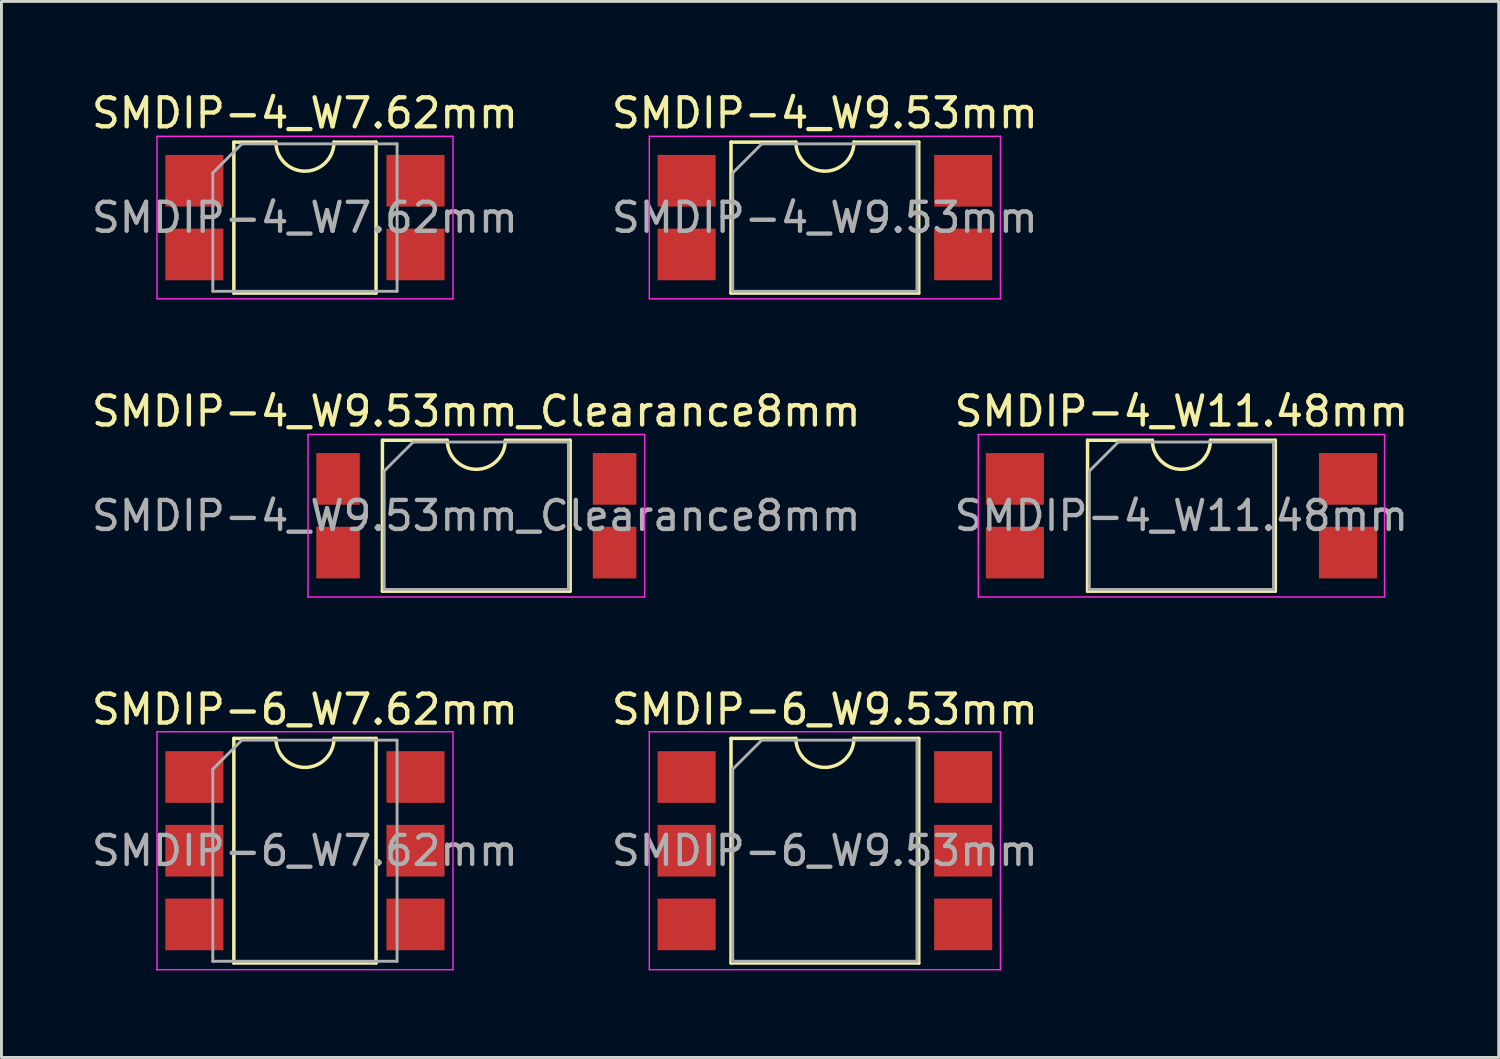
<source format=kicad_pcb>
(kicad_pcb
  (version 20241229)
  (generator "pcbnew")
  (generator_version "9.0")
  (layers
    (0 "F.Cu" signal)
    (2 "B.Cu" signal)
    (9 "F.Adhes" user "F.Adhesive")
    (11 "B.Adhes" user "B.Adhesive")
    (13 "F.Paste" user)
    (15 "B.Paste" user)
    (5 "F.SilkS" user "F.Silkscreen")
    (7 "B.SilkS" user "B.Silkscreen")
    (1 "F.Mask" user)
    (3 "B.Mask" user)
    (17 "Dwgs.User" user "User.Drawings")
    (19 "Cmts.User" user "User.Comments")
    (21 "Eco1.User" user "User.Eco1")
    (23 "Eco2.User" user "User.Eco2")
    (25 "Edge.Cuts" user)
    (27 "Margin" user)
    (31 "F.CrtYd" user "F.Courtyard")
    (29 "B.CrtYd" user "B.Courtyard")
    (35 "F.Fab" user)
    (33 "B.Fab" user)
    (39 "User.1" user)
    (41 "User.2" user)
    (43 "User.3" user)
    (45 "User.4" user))
  (footprint "SMDIP-4_W11.48mm"
    (layer "F.Cu")
    (at 37.661 14.722)
    (property "Reference" "SMDIP-4_W11.48mm" (at 0 -3.6 0) (layer "F.SilkS") (effects (font (size 1 1) (thickness 0.15))))
    (attr smd)
    (fp_line (start -3.235 -2.6) (end -3.235 2.6) (stroke (width 0.12) (type solid)) (layer "F.SilkS"))
    (fp_line (start -3.235 2.6) (end 3.235 2.6) (stroke (width 0.12) (type solid)) (layer "F.SilkS"))
    (fp_line (start -1 -2.6) (end -3.235 -2.6) (stroke (width 0.12) (type solid)) (layer "F.SilkS"))
    (fp_line (start 3.235 -2.6) (end 1 -2.6) (stroke (width 0.12) (type solid)) (layer "F.SilkS"))
    (fp_line (start 3.235 2.6) (end 3.235 -2.6) (stroke (width 0.12) (type solid)) (layer "F.SilkS"))
    (fp_arc (start 1 -2.6) (mid 0 -1.6) (end -1 -2.6) (stroke (width 0.12) (type solid)) (layer "F.SilkS"))
    (fp_line (start -7 -2.8) (end -7 2.8) (stroke (width 0.05) (type solid)) (layer "F.CrtYd"))
    (fp_line (start -7 2.8) (end 7 2.8) (stroke (width 0.05) (type solid)) (layer "F.CrtYd"))
    (fp_line (start 7 -2.8) (end -7 -2.8) (stroke (width 0.05) (type solid)) (layer "F.CrtYd"))
    (fp_line (start 7 2.8) (end 7 -2.8) (stroke (width 0.05) (type solid)) (layer "F.CrtYd"))
    (fp_line (start -3.175 -1.54) (end -2.175 -2.54) (stroke (width 0.1) (type solid)) (layer "F.Fab"))
    (fp_line (start -3.175 2.54) (end -3.175 -1.54) (stroke (width 0.1) (type solid)) (layer "F.Fab"))
    (fp_line (start -2.175 -2.54) (end 3.175 -2.54) (stroke (width 0.1) (type solid)) (layer "F.Fab"))
    (fp_line (start 3.175 -2.54) (end 3.175 2.54) (stroke (width 0.1) (type solid)) (layer "F.Fab"))
    (fp_line (start 3.175 2.54) (end -3.175 2.54) (stroke (width 0.1) (type solid)) (layer "F.Fab"))
    (fp_text user "${REFERENCE}" (at 0 0 0) (layer "F.Fab") (effects (font (size 1 1) (thickness 0.15))))
    (pad "1" smd rect (at -5.74 -1.27) (size 2 1.78) (layers "F.Cu" "F.Mask" "F.Paste"))
    (pad "2" smd rect (at -5.74 1.27) (size 2 1.78) (layers "F.Cu" "F.Mask" "F.Paste"))
    (pad "3" smd rect (at 5.74 1.27) (size 2 1.78) (layers "F.Cu" "F.Mask" "F.Paste"))
    (pad "4" smd rect (at 5.74 -1.27) (size 2 1.78) (layers "F.Cu" "F.Mask" "F.Paste")))
  (footprint "SMDIP-4_W7.62mm"
    (layer "F.Cu")
    (at 7.458 4.448)
    (property "Reference" "SMDIP-4_W7.62mm" (at 0 -3.6 0) (layer "F.SilkS") (effects (font (size 1 1) (thickness 0.15))))
    (attr smd)
    (fp_line (start -2.45 -2.6) (end -2.45 2.6) (stroke (width 0.12) (type solid)) (layer "F.SilkS"))
    (fp_line (start -2.45 2.6) (end 2.45 2.6) (stroke (width 0.12) (type solid)) (layer "F.SilkS"))
    (fp_line (start -1 -2.6) (end -2.45 -2.6) (stroke (width 0.12) (type solid)) (layer "F.SilkS"))
    (fp_line (start 2.45 -2.6) (end 1 -2.6) (stroke (width 0.12) (type solid)) (layer "F.SilkS"))
    (fp_line (start 2.45 2.6) (end 2.45 -2.6) (stroke (width 0.12) (type solid)) (layer "F.SilkS"))
    (fp_arc (start 1 -2.6) (mid 0 -1.6) (end -1 -2.6) (stroke (width 0.12) (type solid)) (layer "F.SilkS"))
    (fp_line (start -5.1 -2.8) (end -5.1 2.8) (stroke (width 0.05) (type solid)) (layer "F.CrtYd"))
    (fp_line (start -5.1 2.8) (end 5.1 2.8) (stroke (width 0.05) (type solid)) (layer "F.CrtYd"))
    (fp_line (start 5.1 -2.8) (end -5.1 -2.8) (stroke (width 0.05) (type solid)) (layer "F.CrtYd"))
    (fp_line (start 5.1 2.8) (end 5.1 -2.8) (stroke (width 0.05) (type solid)) (layer "F.CrtYd"))
    (fp_line (start -3.175 -1.54) (end -2.175 -2.54) (stroke (width 0.1) (type solid)) (layer "F.Fab"))
    (fp_line (start -3.175 2.54) (end -3.175 -1.54) (stroke (width 0.1) (type solid)) (layer "F.Fab"))
    (fp_line (start -2.175 -2.54) (end 3.175 -2.54) (stroke (width 0.1) (type solid)) (layer "F.Fab"))
    (fp_line (start 3.175 -2.54) (end 3.175 2.54) (stroke (width 0.1) (type solid)) (layer "F.Fab"))
    (fp_line (start 3.175 2.54) (end -3.175 2.54) (stroke (width 0.1) (type solid)) (layer "F.Fab"))
    (fp_text user "${REFERENCE}" (at 0 0 0) (layer "F.Fab") (effects (font (size 1 1) (thickness 0.15))))
    (pad "1" smd rect (at -3.81 -1.27) (size 2 1.78) (layers "F.Cu" "F.Mask" "F.Paste"))
    (pad "2" smd rect (at -3.81 1.27) (size 2 1.78) (layers "F.Cu" "F.Mask" "F.Paste"))
    (pad "3" smd rect (at 3.81 1.27) (size 2 1.78) (layers "F.Cu" "F.Mask" "F.Paste"))
    (pad "4" smd rect (at 3.81 -1.27) (size 2 1.78) (layers "F.Cu" "F.Mask" "F.Paste")))
  (footprint "SMDIP-6_W9.53mm"
    (layer "F.Cu")
    (at 25.375 26.265)
    (property "Reference" "SMDIP-6_W9.53mm" (at 0 -4.87 0) (layer "F.SilkS") (effects (font (size 1 1) (thickness 0.15))))
    (attr smd)
    (fp_line (start -3.235 -3.87) (end -3.235 3.87) (stroke (width 0.12) (type solid)) (layer "F.SilkS"))
    (fp_line (start -3.235 3.87) (end 3.235 3.87) (stroke (width 0.12) (type solid)) (layer "F.SilkS"))
    (fp_line (start -1 -3.87) (end -3.235 -3.87) (stroke (width 0.12) (type solid)) (layer "F.SilkS"))
    (fp_line (start 3.235 -3.87) (end 1 -3.87) (stroke (width 0.12) (type solid)) (layer "F.SilkS"))
    (fp_line (start 3.235 3.87) (end 3.235 -3.87) (stroke (width 0.12) (type solid)) (layer "F.SilkS"))
    (fp_arc (start 1 -3.87) (mid 0 -2.87) (end -1 -3.87) (stroke (width 0.12) (type solid)) (layer "F.SilkS"))
    (fp_line (start -6.05 -4.1) (end -6.05 4.1) (stroke (width 0.05) (type solid)) (layer "F.CrtYd"))
    (fp_line (start -6.05 4.1) (end 6.05 4.1) (stroke (width 0.05) (type solid)) (layer "F.CrtYd"))
    (fp_line (start 6.05 -4.1) (end -6.05 -4.1) (stroke (width 0.05) (type solid)) (layer "F.CrtYd"))
    (fp_line (start 6.05 4.1) (end 6.05 -4.1) (stroke (width 0.05) (type solid)) (layer "F.CrtYd"))
    (fp_line (start -3.175 -2.81) (end -2.175 -3.81) (stroke (width 0.1) (type solid)) (layer "F.Fab"))
    (fp_line (start -3.175 3.81) (end -3.175 -2.81) (stroke (width 0.1) (type solid)) (layer "F.Fab"))
    (fp_line (start -2.175 -3.81) (end 3.175 -3.81) (stroke (width 0.1) (type solid)) (layer "F.Fab"))
    (fp_line (start 3.175 -3.81) (end 3.175 3.81) (stroke (width 0.1) (type solid)) (layer "F.Fab"))
    (fp_line (start 3.175 3.81) (end -3.175 3.81) (stroke (width 0.1) (type solid)) (layer "F.Fab"))
    (fp_text user "${REFERENCE}" (at 0 0 0) (layer "F.Fab") (effects (font (size 1 1) (thickness 0.15))))
    (pad "1" smd rect (at -4.765 -2.54) (size 2 1.78) (layers "F.Cu" "F.Mask" "F.Paste"))
    (pad "2" smd rect (at -4.765 0) (size 2 1.78) (layers "F.Cu" "F.Mask" "F.Paste"))
    (pad "3" smd rect (at -4.765 2.54) (size 2 1.78) (layers "F.Cu" "F.Mask" "F.Paste"))
    (pad "4" smd rect (at 4.765 2.54) (size 2 1.78) (layers "F.Cu" "F.Mask" "F.Paste"))
    (pad "5" smd rect (at 4.765 0) (size 2 1.78) (layers "F.Cu" "F.Mask" "F.Paste"))
    (pad "6" smd rect (at 4.765 -2.54) (size 2 1.78) (layers "F.Cu" "F.Mask" "F.Paste")))
  (footprint "SMDIP-4_W9.53mm"
    (layer "F.Cu")
    (at 25.375 4.448)
    (property "Reference" "SMDIP-4_W9.53mm" (at 0 -3.6 0) (layer "F.SilkS") (effects (font (size 1 1) (thickness 0.15))))
    (attr smd)
    (fp_line (start -3.235 -2.6) (end -3.235 2.6) (stroke (width 0.12) (type solid)) (layer "F.SilkS"))
    (fp_line (start -3.235 2.6) (end 3.235 2.6) (stroke (width 0.12) (type solid)) (layer "F.SilkS"))
    (fp_line (start -1 -2.6) (end -3.235 -2.6) (stroke (width 0.12) (type solid)) (layer "F.SilkS"))
    (fp_line (start 3.235 -2.6) (end 1 -2.6) (stroke (width 0.12) (type solid)) (layer "F.SilkS"))
    (fp_line (start 3.235 2.6) (end 3.235 -2.6) (stroke (width 0.12) (type solid)) (layer "F.SilkS"))
    (fp_arc (start 1 -2.6) (mid 0 -1.6) (end -1 -2.6) (stroke (width 0.12) (type solid)) (layer "F.SilkS"))
    (fp_line (start -6.05 -2.8) (end -6.05 2.8) (stroke (width 0.05) (type solid)) (layer "F.CrtYd"))
    (fp_line (start -6.05 2.8) (end 6.05 2.8) (stroke (width 0.05) (type solid)) (layer "F.CrtYd"))
    (fp_line (start 6.05 -2.8) (end -6.05 -2.8) (stroke (width 0.05) (type solid)) (layer "F.CrtYd"))
    (fp_line (start 6.05 2.8) (end 6.05 -2.8) (stroke (width 0.05) (type solid)) (layer "F.CrtYd"))
    (fp_line (start -3.175 -1.54) (end -2.175 -2.54) (stroke (width 0.1) (type solid)) (layer "F.Fab"))
    (fp_line (start -3.175 2.54) (end -3.175 -1.54) (stroke (width 0.1) (type solid)) (layer "F.Fab"))
    (fp_line (start -2.175 -2.54) (end 3.175 -2.54) (stroke (width 0.1) (type solid)) (layer "F.Fab"))
    (fp_line (start 3.175 -2.54) (end 3.175 2.54) (stroke (width 0.1) (type solid)) (layer "F.Fab"))
    (fp_line (start 3.175 2.54) (end -3.175 2.54) (stroke (width 0.1) (type solid)) (layer "F.Fab"))
    (fp_text user "${REFERENCE}" (at 0 0 0) (layer "F.Fab") (effects (font (size 1 1) (thickness 0.15))))
    (pad "1" smd rect (at -4.765 -1.27) (size 2 1.78) (layers "F.Cu" "F.Mask" "F.Paste"))
    (pad "2" smd rect (at -4.765 1.27) (size 2 1.78) (layers "F.Cu" "F.Mask" "F.Paste"))
    (pad "3" smd rect (at 4.765 1.27) (size 2 1.78) (layers "F.Cu" "F.Mask" "F.Paste"))
    (pad "4" smd rect (at 4.765 -1.27) (size 2 1.78) (layers "F.Cu" "F.Mask" "F.Paste")))
  (footprint "SMDIP-4_W9.53mm_Clearance8mm"
    (layer "F.Cu")
    (at 13.363 14.722)
    (property "Reference" "SMDIP-4_W9.53mm_Clearance8mm" (at 0 -3.6 0) (layer "F.SilkS") (effects (font (size 1 1) (thickness 0.15))))
    (attr smd)
    (fp_line (start -3.235 -2.6) (end -3.235 2.6) (stroke (width 0.12) (type solid)) (layer "F.SilkS"))
    (fp_line (start -3.235 2.6) (end 3.235 2.6) (stroke (width 0.12) (type solid)) (layer "F.SilkS"))
    (fp_line (start -1 -2.6) (end -3.235 -2.6) (stroke (width 0.12) (type solid)) (layer "F.SilkS"))
    (fp_line (start 3.235 -2.6) (end 1 -2.6) (stroke (width 0.12) (type solid)) (layer "F.SilkS"))
    (fp_line (start 3.235 2.6) (end 3.235 -2.6) (stroke (width 0.12) (type solid)) (layer "F.SilkS"))
    (fp_arc (start 1 -2.6) (mid 0 -1.6) (end -1 -2.6) (stroke (width 0.12) (type solid)) (layer "F.SilkS"))
    (fp_line (start -5.8 -2.8) (end -5.8 2.8) (stroke (width 0.05) (type solid)) (layer "F.CrtYd"))
    (fp_line (start -5.8 2.8) (end 5.8 2.8) (stroke (width 0.05) (type solid)) (layer "F.CrtYd"))
    (fp_line (start 5.8 -2.8) (end -5.8 -2.8) (stroke (width 0.05) (type solid)) (layer "F.CrtYd"))
    (fp_line (start 5.8 2.8) (end 5.8 -2.8) (stroke (width 0.05) (type solid)) (layer "F.CrtYd"))
    (fp_line (start -3.175 -1.54) (end -2.175 -2.54) (stroke (width 0.1) (type solid)) (layer "F.Fab"))
    (fp_line (start -3.175 2.54) (end -3.175 -1.54) (stroke (width 0.1) (type solid)) (layer "F.Fab"))
    (fp_line (start -2.175 -2.54) (end 3.175 -2.54) (stroke (width 0.1) (type solid)) (layer "F.Fab"))
    (fp_line (start 3.175 -2.54) (end 3.175 2.54) (stroke (width 0.1) (type solid)) (layer "F.Fab"))
    (fp_line (start 3.175 2.54) (end -3.175 2.54) (stroke (width 0.1) (type solid)) (layer "F.Fab"))
    (fp_text user "${REFERENCE}" (at 0 0 0) (layer "F.Fab") (effects (font (size 1 1) (thickness 0.15))))
    (pad "1" smd rect (at -4.765 -1.27) (size 1.5 1.78) (layers "F.Cu" "F.Mask" "F.Paste"))
    (pad "2" smd rect (at -4.765 1.27) (size 1.5 1.78) (layers "F.Cu" "F.Mask" "F.Paste"))
    (pad "3" smd rect (at 4.765 1.27) (size 1.5 1.78) (layers "F.Cu" "F.Mask" "F.Paste"))
    (pad "4" smd rect (at 4.765 -1.27) (size 1.5 1.78) (layers "F.Cu" "F.Mask" "F.Paste")))
  (footprint "SMDIP-6_W7.62mm"
    (layer "F.Cu")
    (at 7.458 26.265)
    (property "Reference" "SMDIP-6_W7.62mm" (at 0 -4.87 0) (layer "F.SilkS") (effects (font (size 1 1) (thickness 0.15))))
    (attr smd)
    (fp_line (start -2.45 -3.87) (end -2.45 3.87) (stroke (width 0.12) (type solid)) (layer "F.SilkS"))
    (fp_line (start -2.45 3.87) (end 2.45 3.87) (stroke (width 0.12) (type solid)) (layer "F.SilkS"))
    (fp_line (start -1 -3.87) (end -2.45 -3.87) (stroke (width 0.12) (type solid)) (layer "F.SilkS"))
    (fp_line (start 2.45 -3.87) (end 1 -3.87) (stroke (width 0.12) (type solid)) (layer "F.SilkS"))
    (fp_line (start 2.45 3.87) (end 2.45 -3.87) (stroke (width 0.12) (type solid)) (layer "F.SilkS"))
    (fp_arc (start 1 -3.87) (mid 0 -2.87) (end -1 -3.87) (stroke (width 0.12) (type solid)) (layer "F.SilkS"))
    (fp_line (start -5.1 -4.1) (end -5.1 4.1) (stroke (width 0.05) (type solid)) (layer "F.CrtYd"))
    (fp_line (start -5.1 4.1) (end 5.1 4.1) (stroke (width 0.05) (type solid)) (layer "F.CrtYd"))
    (fp_line (start 5.1 -4.1) (end -5.1 -4.1) (stroke (width 0.05) (type solid)) (layer "F.CrtYd"))
    (fp_line (start 5.1 4.1) (end 5.1 -4.1) (stroke (width 0.05) (type solid)) (layer "F.CrtYd"))
    (fp_line (start -3.175 -2.81) (end -2.175 -3.81) (stroke (width 0.1) (type solid)) (layer "F.Fab"))
    (fp_line (start -3.175 3.81) (end -3.175 -2.81) (stroke (width 0.1) (type solid)) (layer "F.Fab"))
    (fp_line (start -2.175 -3.81) (end 3.175 -3.81) (stroke (width 0.1) (type solid)) (layer "F.Fab"))
    (fp_line (start 3.175 -3.81) (end 3.175 3.81) (stroke (width 0.1) (type solid)) (layer "F.Fab"))
    (fp_line (start 3.175 3.81) (end -3.175 3.81) (stroke (width 0.1) (type solid)) (layer "F.Fab"))
    (fp_text user "${REFERENCE}" (at 0 0 0) (layer "F.Fab") (effects (font (size 1 1) (thickness 0.15))))
    (pad "1" smd rect (at -3.81 -2.54) (size 2 1.78) (layers "F.Cu" "F.Mask" "F.Paste"))
    (pad "2" smd rect (at -3.81 0) (size 2 1.78) (layers "F.Cu" "F.Mask" "F.Paste"))
    (pad "3" smd rect (at -3.81 2.54) (size 2 1.78) (layers "F.Cu" "F.Mask" "F.Paste"))
    (pad "4" smd rect (at 3.81 2.54) (size 2 1.78) (layers "F.Cu" "F.Mask" "F.Paste"))
    (pad "5" smd rect (at 3.81 0) (size 2 1.78) (layers "F.Cu" "F.Mask" "F.Paste"))
    (pad "6" smd rect (at 3.81 -2.54) (size 2 1.78) (layers "F.Cu" "F.Mask" "F.Paste")))
  (gr_rect
    (start -3 -3)
    (end 48.595 33.39)
    (stroke (width 0.1) (type default))
    (fill no)
    (layer "Edge.Cuts")))
</source>
